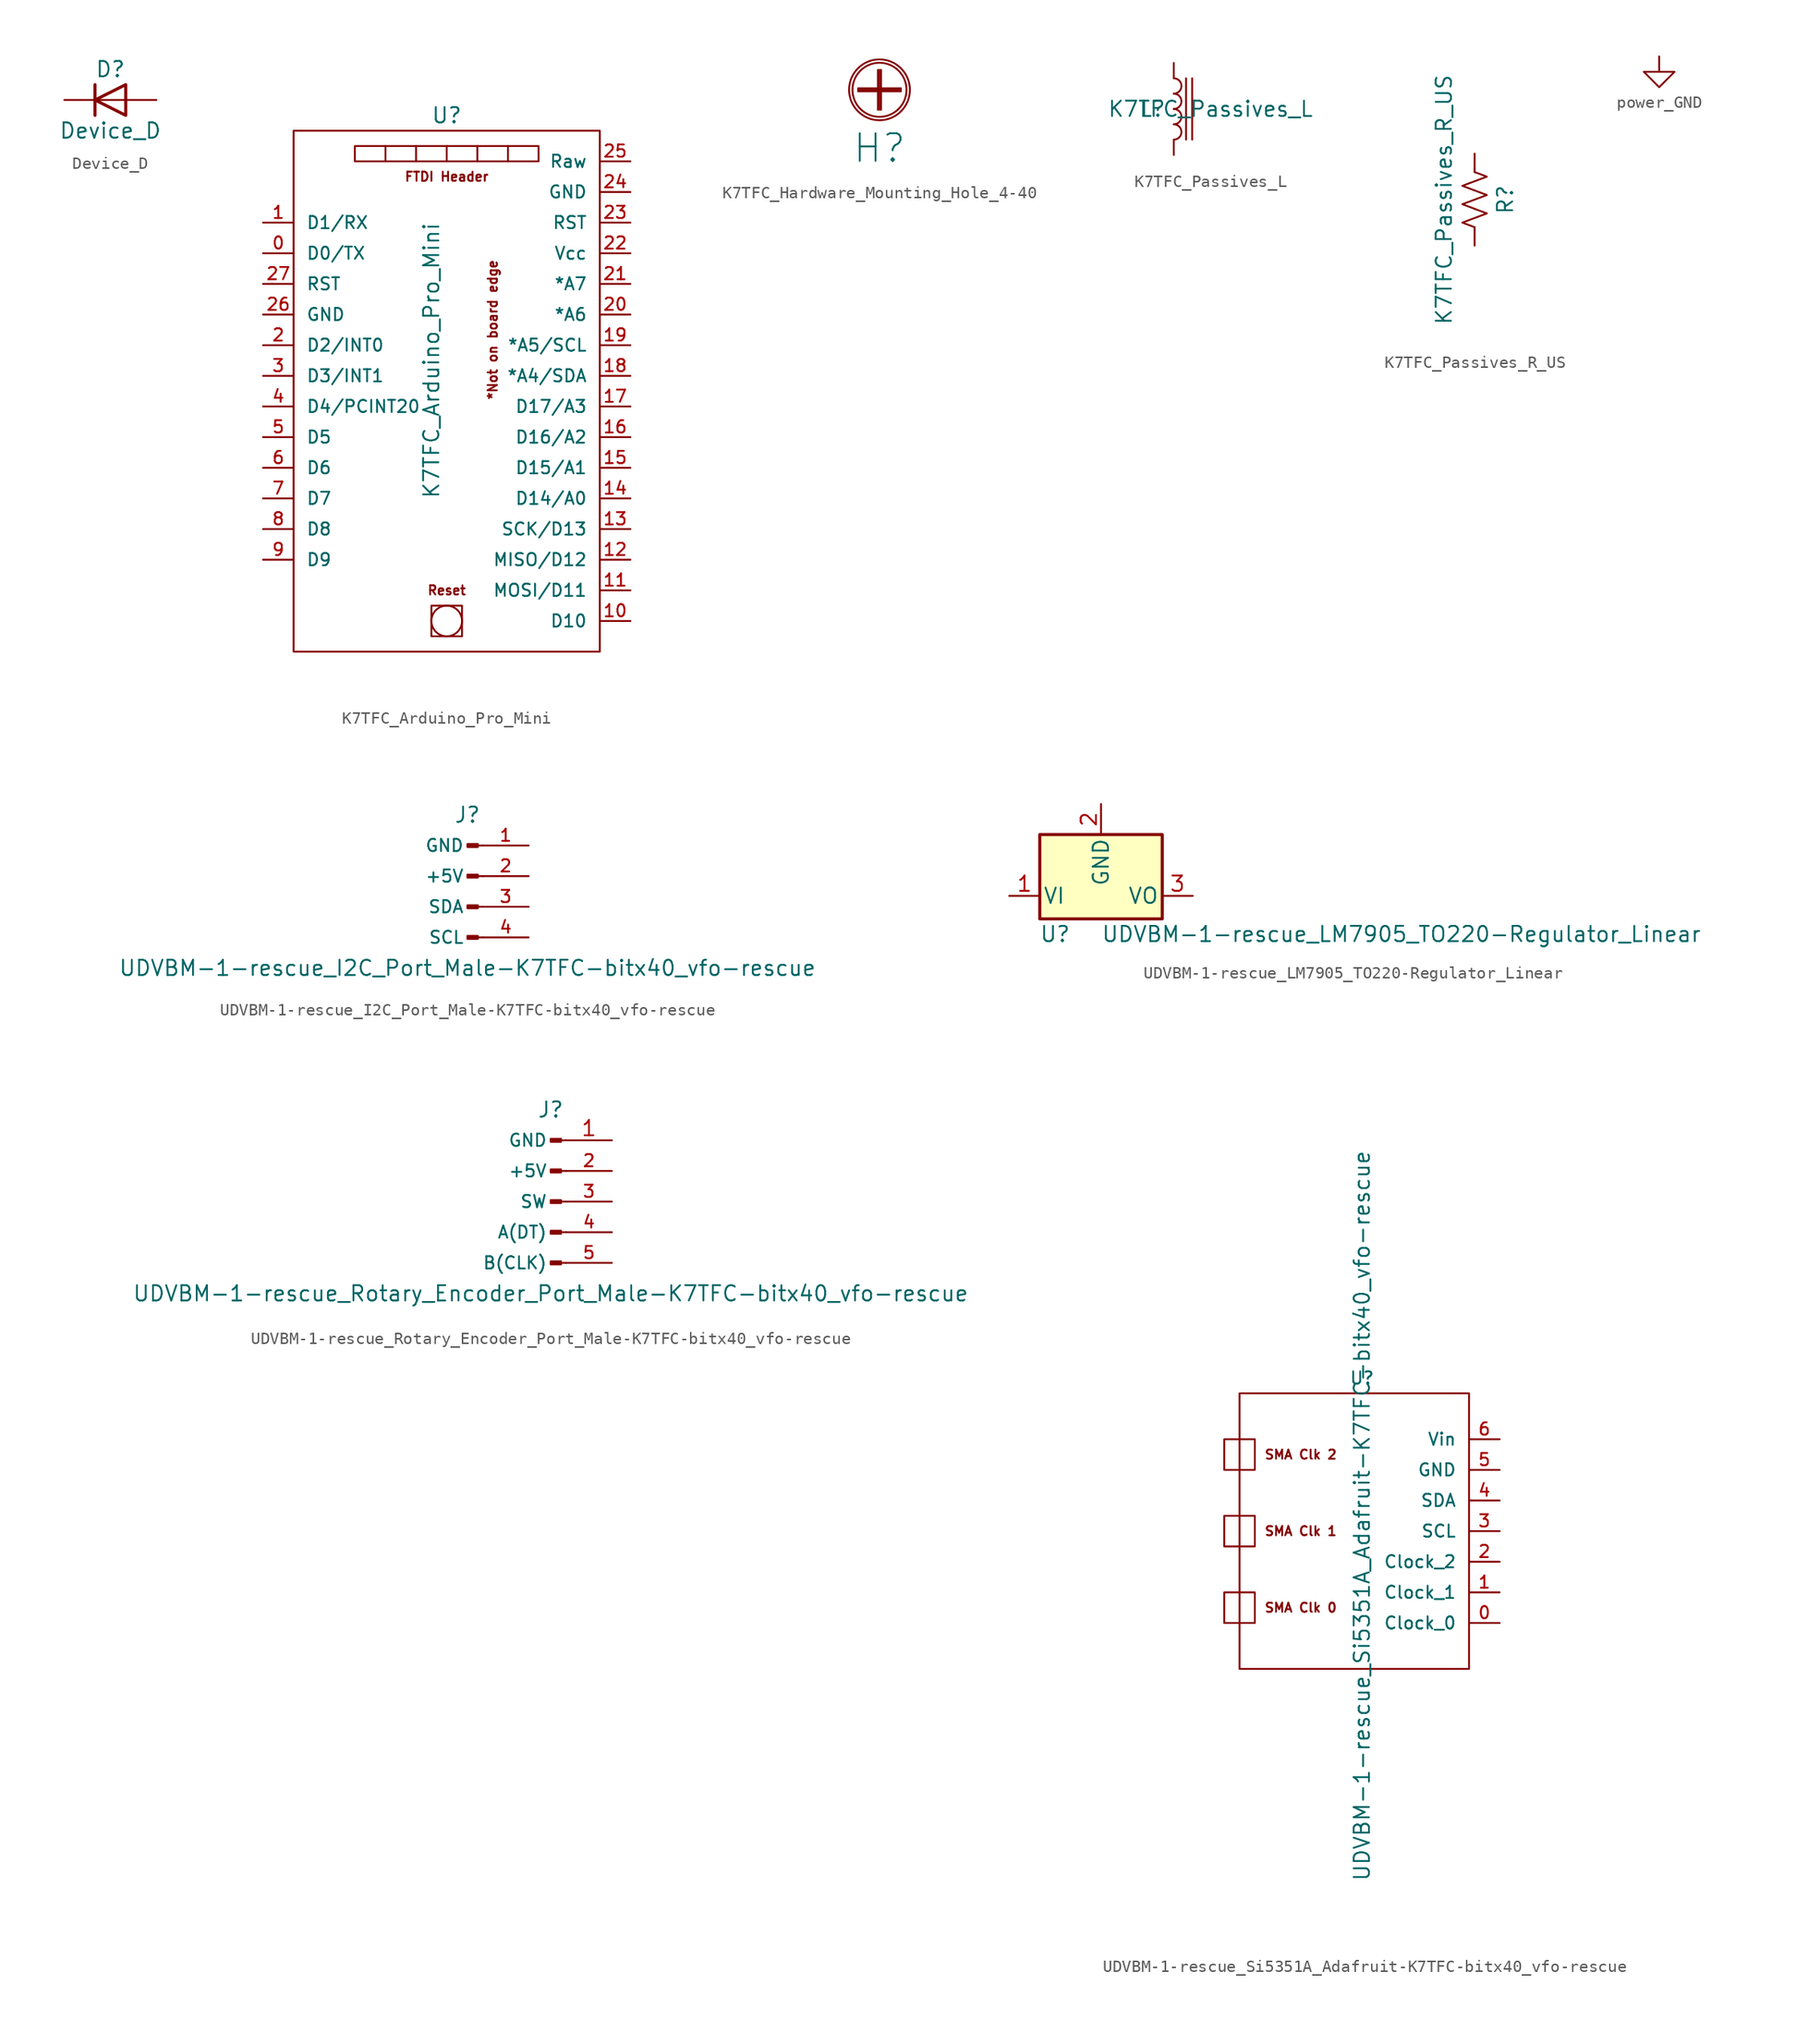
<source format=kicad_sym>
(kicad_symbol_lib
  (version 20211014)
  (generator kicad_symbol_editor)
  (symbol "Device_D"
    (pin_numbers hide)
    (pin_names
      (offset 1.016) hide)
    (property "Reference" "D"
      (at 0 2.54 0)
      (effects (font (size 1.27 1.27))))
    (property "Value" "Device_D"
      (at 0 -2.54 0)
      (effects (font (size 1.27 1.27))))
    (symbol "Device_D_0_1"
      (polyline (pts (xy -1.27 1.27) (xy -1.27 -1.27)) (stroke (width 0.254) (type default) (color 0 0 0 0)) (fill (type none)))
      (polyline (pts (xy 1.27 0) (xy -1.27 0)) (stroke (width 0) (type default) (color 0 0 0 0)) (fill (type none)))
      (polyline (pts (xy 1.27 1.27) (xy 1.27 -1.27) (xy -1.27 0) (xy 1.27 1.27)) (stroke (width 0.254) (type default) (color 0 0 0 0)) (fill (type none))))
    (symbol "Device_D_1_1"
      (pin passive line (at -3.81 0 0) (length 2.54) (name "K" (effects (font (size 1.27 1.27)))) (number "1" (effects (font (size 1.27 1.27)))))
      (pin passive line (at 3.81 0 180) (length 2.54) (name "A" (effects (font (size 1.27 1.27)))) (number "2" (effects (font (size 1.27 1.27)))))))
  (symbol "K7TFC_Arduino_Pro_Mini"
    (pin_names
      (offset 1.016))
    (property "Reference" "U"
      (at 0 15.24 0)
      (effects (font (size 1.27 1.27))))
    (property "Value" "K7TFC_Arduino_Pro_Mini"
      (at -1.27 -5.08 90)
      (effects (font (size 1.27 1.27))))
    (symbol "K7TFC_Arduino_Pro_Mini_0_0"
      (rectangle (start -7.62 12.7) (end 7.62 11.43) (stroke (width 0) (type default) (color 0 0 0 0)) (fill (type none)))
      (rectangle (start -5.08 12.7) (end -5.08 11.43) (stroke (width 0) (type default) (color 0 0 0 0)) (fill (type none)))
      (rectangle (start -2.54 11.43) (end -2.54 12.7) (stroke (width 0) (type default) (color 0 0 0 0)) (fill (type none)))
      (rectangle (start -1.27 -25.4) (end 1.27 -27.94) (stroke (width 0) (type default) (color 0 0 0 0)) (fill (type none)))
      (circle (center 0 -26.67) (radius 1.27) (stroke (width 0) (type default) (color 0 0 0 0)) (fill (type none)))
      (rectangle (start 0 12.7) (end 0 11.43) (stroke (width 0) (type default) (color 0 0 0 0)) (fill (type none)))
      (rectangle (start 2.54 11.43) (end 2.54 12.7) (stroke (width 0) (type default) (color 0 0 0 0)) (fill (type none)))
      (rectangle (start 5.08 12.7) (end 5.08 11.43) (stroke (width 0) (type default) (color 0 0 0 0)) (fill (type none)))
      (text "*Not on board edge" (at 3.81 -2.54 900) (effects (font (size 0.762 0.762))))
      (text "FTDI Header" (at 0 10.16 0) (effects (font (size 0.762 0.762))))
      (text "Reset" (at 0 -24.13 0) (effects (font (size 0.762 0.762)))))
    (symbol "K7TFC_Arduino_Pro_Mini_0_1"
      (rectangle (start -12.7 13.97) (end 12.7 -29.21) (stroke (width 0) (type default) (color 0 0 0 0)) (fill (type none))))
    (symbol "K7TFC_Arduino_Pro_Mini_1_1"
      (pin bidirectional line (at -15.24 3.81 0) (length 2.54) (name "D0/TX" (effects (font (size 1.016 1.016)))) (number "0" (effects (font (size 1.016 1.016)))))
      (pin bidirectional line (at -15.24 6.35 0) (length 2.54) (name "D1/RX" (effects (font (size 1.016 1.016)))) (number "1" (effects (font (size 1.016 1.016)))))
      (pin bidirectional line (at 15.24 -26.67 180) (length 2.54) (name "D10" (effects (font (size 1.016 1.016)))) (number "10" (effects (font (size 1.016 1.016)))))
      (pin bidirectional line (at 15.24 -24.13 180) (length 2.54) (name "MOSI/D11" (effects (font (size 1.016 1.016)))) (number "11" (effects (font (size 1.016 1.016)))))
      (pin bidirectional line (at 15.24 -21.59 180) (length 2.54) (name "MISO/D12" (effects (font (size 1.016 1.016)))) (number "12" (effects (font (size 1.016 1.016)))))
      (pin bidirectional line (at 15.24 -19.05 180) (length 2.54) (name "SCK/D13" (effects (font (size 1.016 1.016)))) (number "13" (effects (font (size 1.016 1.016)))))
      (pin bidirectional line (at 15.24 -16.51 180) (length 2.54) (name "D14/A0" (effects (font (size 1.016 1.016)))) (number "14" (effects (font (size 1.016 1.016)))))
      (pin bidirectional line (at 15.24 -13.97 180) (length 2.54) (name "D15/A1" (effects (font (size 1.016 1.016)))) (number "15" (effects (font (size 1.016 1.016)))))
      (pin bidirectional line (at 15.24 -11.43 180) (length 2.54) (name "D16/A2" (effects (font (size 1.016 1.016)))) (number "16" (effects (font (size 1.016 1.016)))))
      (pin bidirectional line (at 15.24 -8.89 180) (length 2.54) (name "D17/A3" (effects (font (size 1.016 1.016)))) (number "17" (effects (font (size 1.016 1.016)))))
      (pin bidirectional line (at 15.24 -6.35 180) (length 2.54) (name "*A4/SDA" (effects (font (size 1.016 1.016)))) (number "18" (effects (font (size 1.016 1.016)))))
      (pin bidirectional line (at 15.24 -3.81 180) (length 2.54) (name "*A5/SCL" (effects (font (size 1.016 1.016)))) (number "19" (effects (font (size 1.016 1.016)))))
      (pin bidirectional line (at -15.24 -3.81 0) (length 2.54) (name "D2/INT0" (effects (font (size 1.016 1.016)))) (number "2" (effects (font (size 1.016 1.016)))))
      (pin bidirectional line (at 15.24 -1.27 180) (length 2.54) (name "*A6" (effects (font (size 1.016 1.016)))) (number "20" (effects (font (size 1.016 1.016)))))
      (pin bidirectional line (at 15.24 1.27 180) (length 2.54) (name "*A7" (effects (font (size 1.016 1.016)))) (number "21" (effects (font (size 1.016 1.016)))))
      (pin power_in line (at 15.24 3.81 180) (length 2.54) (name "Vcc" (effects (font (size 1.016 1.016)))) (number "22" (effects (font (size 1.016 1.016)))))
      (pin bidirectional line (at 15.24 6.35 180) (length 2.54) (name "RST" (effects (font (size 1.016 1.016)))) (number "23" (effects (font (size 1.016 1.016)))))
      (pin power_in line (at 15.24 8.89 180) (length 2.54) (name "GND" (effects (font (size 1.016 1.016)))) (number "24" (effects (font (size 1.016 1.016)))))
      (pin input line (at 15.24 11.43 180) (length 2.54) (name "Raw" (effects (font (size 1.016 1.016)))) (number "25" (effects (font (size 1.016 1.016)))))
      (pin power_in line (at -15.24 -1.27 0) (length 2.54) (name "GND" (effects (font (size 1.016 1.016)))) (number "26" (effects (font (size 1.016 1.016)))))
      (pin bidirectional line (at -15.24 1.27 0) (length 2.54) (name "RST" (effects (font (size 1.016 1.016)))) (number "27" (effects (font (size 1.016 1.016)))))
      (pin bidirectional line (at -15.24 -6.35 0) (length 2.54) (name "D3/INT1" (effects (font (size 1.016 1.016)))) (number "3" (effects (font (size 1.016 1.016)))))
      (pin bidirectional line (at -15.24 -8.89 0) (length 2.54) (name "D4/PCINT20" (effects (font (size 1.016 1.016)))) (number "4" (effects (font (size 1.016 1.016)))))
      (pin bidirectional line (at -15.24 -11.43 0) (length 2.54) (name "D5" (effects (font (size 1.016 1.016)))) (number "5" (effects (font (size 1.016 1.016)))))
      (pin bidirectional line (at -15.24 -13.97 0) (length 2.54) (name "D6" (effects (font (size 1.016 1.016)))) (number "6" (effects (font (size 1.016 1.016)))))
      (pin bidirectional line (at -15.24 -16.51 0) (length 2.54) (name "D7" (effects (font (size 1.016 1.016)))) (number "7" (effects (font (size 1.016 1.016)))))
      (pin bidirectional line (at -15.24 -19.05 0) (length 2.54) (name "D8" (effects (font (size 1.016 1.016)))) (number "8" (effects (font (size 1.016 1.016)))))
      (pin bidirectional line (at -15.24 -21.59 0) (length 2.54) (name "D9" (effects (font (size 1.016 1.016)))) (number "9" (effects (font (size 1.016 1.016)))))))
  (symbol "K7TFC_Hardware_Mounting_Hole_4-40"
    (pin_names
      (offset 1.016))
    (property "Reference" "H"
      (at 0 -4.826 0)
      (effects (font (size 2.286 2.286))))
    (symbol "K7TFC_Hardware_Mounting_Hole_4-40_0_1"
      (polyline (pts (xy -0.127 1.651) (xy -0.127 -1.651)) (stroke (width 0) (type default) (color 0 0 0 0)) (fill (type none)))
      (polyline (pts (xy 0.127 1.651) (xy 0.127 -1.651)) (stroke (width 0) (type default) (color 0 0 0 0)) (fill (type none)))
      (polyline (pts (xy 1.778 -0.127) (xy -1.778 -0.127)) (stroke (width 0) (type default) (color 0 0 0 0)) (fill (type none)))
      (polyline (pts (xy 1.778 0) (xy -1.778 0)) (stroke (width 0) (type default) (color 0 0 0 0)) (fill (type none)))
      (polyline (pts (xy 1.778 0.127) (xy -1.778 0.127)) (stroke (width 0) (type default) (color 0 0 0 0)) (fill (type none)))
      (polyline (pts (xy 0 1.651) (xy 0 -1.524) (xy 0 -1.651)) (stroke (width 0) (type default) (color 0 0 0 0)) (fill (type none)))
      (circle (center 0 0) (radius 2.235) (stroke (width 0) (type default) (color 0 0 0 0)) (fill (type none)))
      (circle (center 0 0) (radius 2.515) (stroke (width 0) (type default) (color 0 0 0 0)) (fill (type none)))))
  (symbol "K7TFC_Passives_L"
    (pin_numbers hide)
    (pin_names
      (offset 1.016) hide)
    (property "Reference" "L"
      (at -1.778 0 0)
      (effects (font (size 1.27 1.27))))
    (property "Value" "K7TFC_Passives_L"
      (at 3.048 0 0)
      (effects (font (size 1.27 1.27))))
    (symbol "K7TFC_Passives_L_0_1"
      (arc (start 0 -2.54) (mid 0.635 -1.905) (end 0 -1.27) (stroke (width 0) (type default) (color 0 0 0 0)) (fill (type none)))
      (arc (start 0 -1.27) (mid 0.635 -0.635) (end 0 0) (stroke (width 0) (type default) (color 0 0 0 0)) (fill (type none)))
      (polyline (pts (xy 1.016 2.54) (xy 1.016 -2.54)) (stroke (width 0) (type default) (color 0 0 0 0)) (fill (type none)))
      (polyline (pts (xy 1.524 2.54) (xy 1.524 -2.54)) (stroke (width 0) (type default) (color 0 0 0 0)) (fill (type none)))
      (arc (start 0 0) (mid 0.635 0.635) (end 0 1.27) (stroke (width 0) (type default) (color 0 0 0 0)) (fill (type none)))
      (arc (start 0 1.27) (mid 0.635 1.905) (end 0 2.54) (stroke (width 0) (type default) (color 0 0 0 0)) (fill (type none))))
    (symbol "K7TFC_Passives_L_1_1"
      (pin passive line (at 0 3.81 270) (length 1.27) (name "1" (effects (font (size 1.27 1.27)))) (number "1" (effects (font (size 1.27 1.27)))))
      (pin passive line (at 0 -3.81 90) (length 1.27) (name "2" (effects (font (size 1.27 1.27)))) (number "2" (effects (font (size 1.27 1.27)))))))
  (symbol "K7TFC_Passives_R_US"
    (pin_numbers hide)
    (pin_names
      (offset 0))
    (property "Reference" "R"
      (at 2.54 0 90)
      (effects (font (size 1.27 1.27))))
    (property "Value" "K7TFC_Passives_R_US"
      (at -2.54 0 90)
      (effects (font (size 1.27 1.27))))
    (symbol "K7TFC_Passives_R_US_0_1"
      (polyline (pts (xy 0 -2.286) (xy 0 -2.54)) (stroke (width 0) (type default) (color 0 0 0 0)) (fill (type none)))
      (polyline (pts (xy 0 2.286) (xy 0 2.54)) (stroke (width 0) (type default) (color 0 0 0 0)) (fill (type none)))
      (polyline (pts (xy 0 -0.762) (xy 1.016 -1.143) (xy 0 -1.524) (xy -1.016 -1.905) (xy 0 -2.286)) (stroke (width 0) (type default) (color 0 0 0 0)) (fill (type none)))
      (polyline (pts (xy 0 0.762) (xy 1.016 0.381) (xy 0 0) (xy -1.016 -0.381) (xy 0 -0.762)) (stroke (width 0) (type default) (color 0 0 0 0)) (fill (type none)))
      (polyline (pts (xy 0 2.286) (xy 1.016 1.905) (xy 0 1.524) (xy -1.016 1.143) (xy 0 0.762)) (stroke (width 0) (type default) (color 0 0 0 0)) (fill (type none))))
    (symbol "K7TFC_Passives_R_US_1_1"
      (pin passive line (at 0 3.81 270) (length 1.27) (name "~" (effects (font (size 1.27 1.27)))) (number "1" (effects (font (size 1.27 1.27)))))
      (pin passive line (at 0 -3.81 90) (length 1.27) (name "~" (effects (font (size 1.27 1.27)))) (number "2" (effects (font (size 1.27 1.27)))))))
  (symbol "power_GND"
    (power)
    (pin_numbers hide)
    (pin_names
      (offset 0) hide)
    (property "Reference" "#PWR"
      (at 0 -6.35 0)
      (effects (font (size 1.27 1.27)) hide))
    (symbol "power_GND_0_1"
      (polyline (pts (xy 0 0) (xy 0 -1.27) (xy 1.27 -1.27) (xy 0 -2.54) (xy -1.27 -1.27) (xy 0 -1.27)) (stroke (width 0) (type default) (color 0 0 0 0)) (fill (type none))))
    (symbol "power_GND_1_1"
      (pin power_in line (at 0 0 270) (length 0) hide (name "GND" (effects (font (size 1.27 1.27)))) (number "1" (effects (font (size 1.27 1.27)))))))
  (symbol "UDVBM-1-rescue_I2C_Port_Male-K7TFC-bitx40_vfo-rescue"
    (pin_names
      (offset 1.524))
    (property "Reference" "J"
      (at 0 5.08 0)
      (effects (font (size 1.27 1.27))))
    (property "Value" "UDVBM-1-rescue_I2C_Port_Male-K7TFC-bitx40_vfo-rescue"
      (at 0 -7.62 0)
      (effects (font (size 1.27 1.27))))
    (symbol "UDVBM-1-rescue_I2C_Port_Male-K7TFC-bitx40_vfo-rescue_1_1"
      (polyline (pts (xy 1.27 -5.08) (xy 0.864 -5.08)) (stroke (width 0.152) (type default) (color 0 0 0 0)) (fill (type none)))
      (polyline (pts (xy 1.27 -2.54) (xy 0.864 -2.54)) (stroke (width 0.152) (type default) (color 0 0 0 0)) (fill (type none)))
      (polyline (pts (xy 1.27 0) (xy 0.864 0)) (stroke (width 0.152) (type default) (color 0 0 0 0)) (fill (type none)))
      (polyline (pts (xy 1.27 2.54) (xy 0.864 2.54)) (stroke (width 0.152) (type default) (color 0 0 0 0)) (fill (type none)))
      (rectangle (start 0.864 -4.953) (end 0 -5.207) (stroke (width 0.152) (type default) (color 0 0 0 0)) (fill (type outline)))
      (rectangle (start 0.864 -2.413) (end 0 -2.667) (stroke (width 0.152) (type default) (color 0 0 0 0)) (fill (type outline)))
      (rectangle (start 0.864 0.127) (end 0 -0.127) (stroke (width 0.152) (type default) (color 0 0 0 0)) (fill (type outline)))
      (rectangle (start 0.864 2.667) (end 0 2.413) (stroke (width 0.152) (type default) (color 0 0 0 0)) (fill (type outline)))
      (pin passive line (at 5.08 2.54 180) (length 3.81) (name "GND" (effects (font (size 1.016 1.016)))) (number "1" (effects (font (size 1.016 1.016)))))
      (pin passive line (at 5.08 0 180) (length 3.81) (name "+5V" (effects (font (size 1.016 1.016)))) (number "2" (effects (font (size 1.016 1.016)))))
      (pin passive line (at 5.08 -2.54 180) (length 3.81) (name "SDA" (effects (font (size 1.016 1.016)))) (number "3" (effects (font (size 1.016 1.016)))))
      (pin passive line (at 5.08 -5.08 180) (length 3.81) (name "SCL" (effects (font (size 1.016 1.016)))) (number "4" (effects (font (size 1.016 1.016)))))))
  (symbol "UDVBM-1-rescue_LM7905_TO220-Regulator_Linear"
    (pin_names
      (offset 0.254))
    (property "Reference" "U"
      (at -3.81 -3.175 0)
      (effects (font (size 1.27 1.27))))
    (property "Value" "UDVBM-1-rescue_LM7905_TO220-Regulator_Linear"
      (at 0 -3.175 0)
      (effects (font (size 1.27 1.27)) (justify left)))
    (symbol "UDVBM-1-rescue_LM7905_TO220-Regulator_Linear_0_1"
      (rectangle (start -5.08 5.08) (end 5.08 -1.905) (stroke (width 0.254) (type default) (color 0 0 0 0)) (fill (type background))))
    (symbol "UDVBM-1-rescue_LM7905_TO220-Regulator_Linear_1_1"
      (pin power_in line (at -7.62 0 0) (length 2.54) (name "VI" (effects (font (size 1.27 1.27)))) (number "1" (effects (font (size 1.27 1.27)))))
      (pin power_in line (at 0 7.62 270) (length 2.54) (name "GND" (effects (font (size 1.27 1.27)))) (number "2" (effects (font (size 1.27 1.27)))))
      (pin power_out line (at 7.62 0 180) (length 2.54) (name "VO" (effects (font (size 1.27 1.27)))) (number "3" (effects (font (size 1.27 1.27)))))))
  (symbol "UDVBM-1-rescue_Rotary_Encoder_Port_Male-K7TFC-bitx40_vfo-rescue"
    (pin_names
      (offset 1.524))
    (property "Reference" "J"
      (at 0 7.62 0)
      (effects (font (size 1.27 1.27))))
    (property "Value" "UDVBM-1-rescue_Rotary_Encoder_Port_Male-K7TFC-bitx40_vfo-rescue"
      (at 0 -7.62 0)
      (effects (font (size 1.27 1.27))))
    (symbol "UDVBM-1-rescue_Rotary_Encoder_Port_Male-K7TFC-bitx40_vfo-rescue_1_1"
      (polyline (pts (xy 1.27 -5.08) (xy 0.864 -5.08)) (stroke (width 0.152) (type default) (color 0 0 0 0)) (fill (type none)))
      (polyline (pts (xy 1.27 -2.54) (xy 0.864 -2.54)) (stroke (width 0.152) (type default) (color 0 0 0 0)) (fill (type none)))
      (polyline (pts (xy 1.27 0) (xy 0.864 0)) (stroke (width 0.152) (type default) (color 0 0 0 0)) (fill (type none)))
      (polyline (pts (xy 1.27 2.54) (xy 0.864 2.54)) (stroke (width 0.152) (type default) (color 0 0 0 0)) (fill (type none)))
      (polyline (pts (xy 1.27 5.08) (xy 0.864 5.08)) (stroke (width 0.152) (type default) (color 0 0 0 0)) (fill (type none)))
      (rectangle (start 0.864 -4.953) (end 0 -5.207) (stroke (width 0.152) (type default) (color 0 0 0 0)) (fill (type outline)))
      (rectangle (start 0.864 -2.413) (end 0 -2.667) (stroke (width 0.152) (type default) (color 0 0 0 0)) (fill (type outline)))
      (rectangle (start 0.864 0.127) (end 0 -0.127) (stroke (width 0.152) (type default) (color 0 0 0 0)) (fill (type outline)))
      (rectangle (start 0.864 2.667) (end 0 2.413) (stroke (width 0.152) (type default) (color 0 0 0 0)) (fill (type outline)))
      (rectangle (start 0.864 5.207) (end 0 4.953) (stroke (width 0.152) (type default) (color 0 0 0 0)) (fill (type outline)))
      (pin passive line (at 5.08 5.08 180) (length 3.81) (name "GND" (effects (font (size 1.016 1.016)))) (number "1" (effects (font (size 1.27 1.27)))))
      (pin passive line (at 5.08 2.54 180) (length 3.81) (name "+5V" (effects (font (size 1.016 1.016)))) (number "2" (effects (font (size 1.016 1.016)))))
      (pin passive line (at 5.08 0 180) (length 3.81) (name "SW" (effects (font (size 1.016 1.016)))) (number "3" (effects (font (size 1.016 1.016)))))
      (pin passive line (at 5.08 -2.54 180) (length 3.81) (name "A(DT)" (effects (font (size 1.016 1.016)))) (number "4" (effects (font (size 1.016 1.016)))))
      (pin passive line (at 5.08 -5.08 180) (length 3.81) (name "B(CLK)" (effects (font (size 1.016 1.016)))) (number "5" (effects (font (size 1.016 1.016)))))))
  (symbol "UDVBM-1-rescue_Si5351A_Adafruit-K7TFC-bitx40_vfo-rescue"
    (pin_names
      (offset 1.016))
    (property "Reference" "U"
      (at 3.81 3.81 0)
      (effects (font (size 1.016 1.016))))
    (property "Value" "UDVBM-1-rescue_Si5351A_Adafruit-K7TFC-bitx40_vfo-rescue"
      (at 3.81 -7.62 90)
      (effects (font (size 1.27 1.27))))
    (symbol "UDVBM-1-rescue_Si5351A_Adafruit-K7TFC-bitx40_vfo-rescue_0_0"
      (text "SMA Clk 0" (at -1.27 -15.24 0) (effects (font (size 0.762 0.762))))
      (text "SMA Clk 1" (at -1.27 -8.89 0) (effects (font (size 0.762 0.762))))
      (text "SMA Clk 2" (at -1.27 -2.54 0) (effects (font (size 0.762 0.762)))))
    (symbol "UDVBM-1-rescue_Si5351A_Adafruit-K7TFC-bitx40_vfo-rescue_0_1"
      (rectangle (start -7.62 -13.97) (end -5.08 -16.51) (stroke (width 0) (type default) (color 0 0 0 0)) (fill (type none)))
      (rectangle (start -7.62 -7.62) (end -5.08 -10.16) (stroke (width 0) (type default) (color 0 0 0 0)) (fill (type none)))
      (rectangle (start -5.08 -1.27) (end -7.62 -3.81) (stroke (width 0) (type default) (color 0 0 0 0)) (fill (type none)))
      (rectangle (start 12.7 2.54) (end -6.35 -20.32) (stroke (width 0) (type default) (color 0 0 0 0)) (fill (type none))))
    (symbol "UDVBM-1-rescue_Si5351A_Adafruit-K7TFC-bitx40_vfo-rescue_1_1"
      (pin output line (at 15.24 -16.51 180) (length 2.54) (name "Clock_0" (effects (font (size 1.016 1.016)))) (number "0" (effects (font (size 1.016 1.016)))))
      (pin output line (at 15.24 -13.97 180) (length 2.54) (name "Clock_1" (effects (font (size 1.016 1.016)))) (number "1" (effects (font (size 1.016 1.016)))))
      (pin output line (at 15.24 -11.43 180) (length 2.54) (name "Clock_2" (effects (font (size 1.016 1.016)))) (number "2" (effects (font (size 1.016 1.016)))))
      (pin bidirectional line (at 15.24 -8.89 180) (length 2.54) (name "SCL" (effects (font (size 1.016 1.016)))) (number "3" (effects (font (size 1.016 1.016)))))
      (pin bidirectional line (at 15.24 -6.35 180) (length 2.54) (name "SDA" (effects (font (size 1.016 1.016)))) (number "4" (effects (font (size 1.016 1.016)))))
      (pin power_in line (at 15.24 -3.81 180) (length 2.54) (name "GND" (effects (font (size 1.016 1.016)))) (number "5" (effects (font (size 1.016 1.016)))))
      (pin power_in line (at 15.24 -1.27 180) (length 2.54) (name "Vin" (effects (font (size 1.016 1.016)))) (number "6" (effects (font (size 1.016 1.016))))))))
</source>
